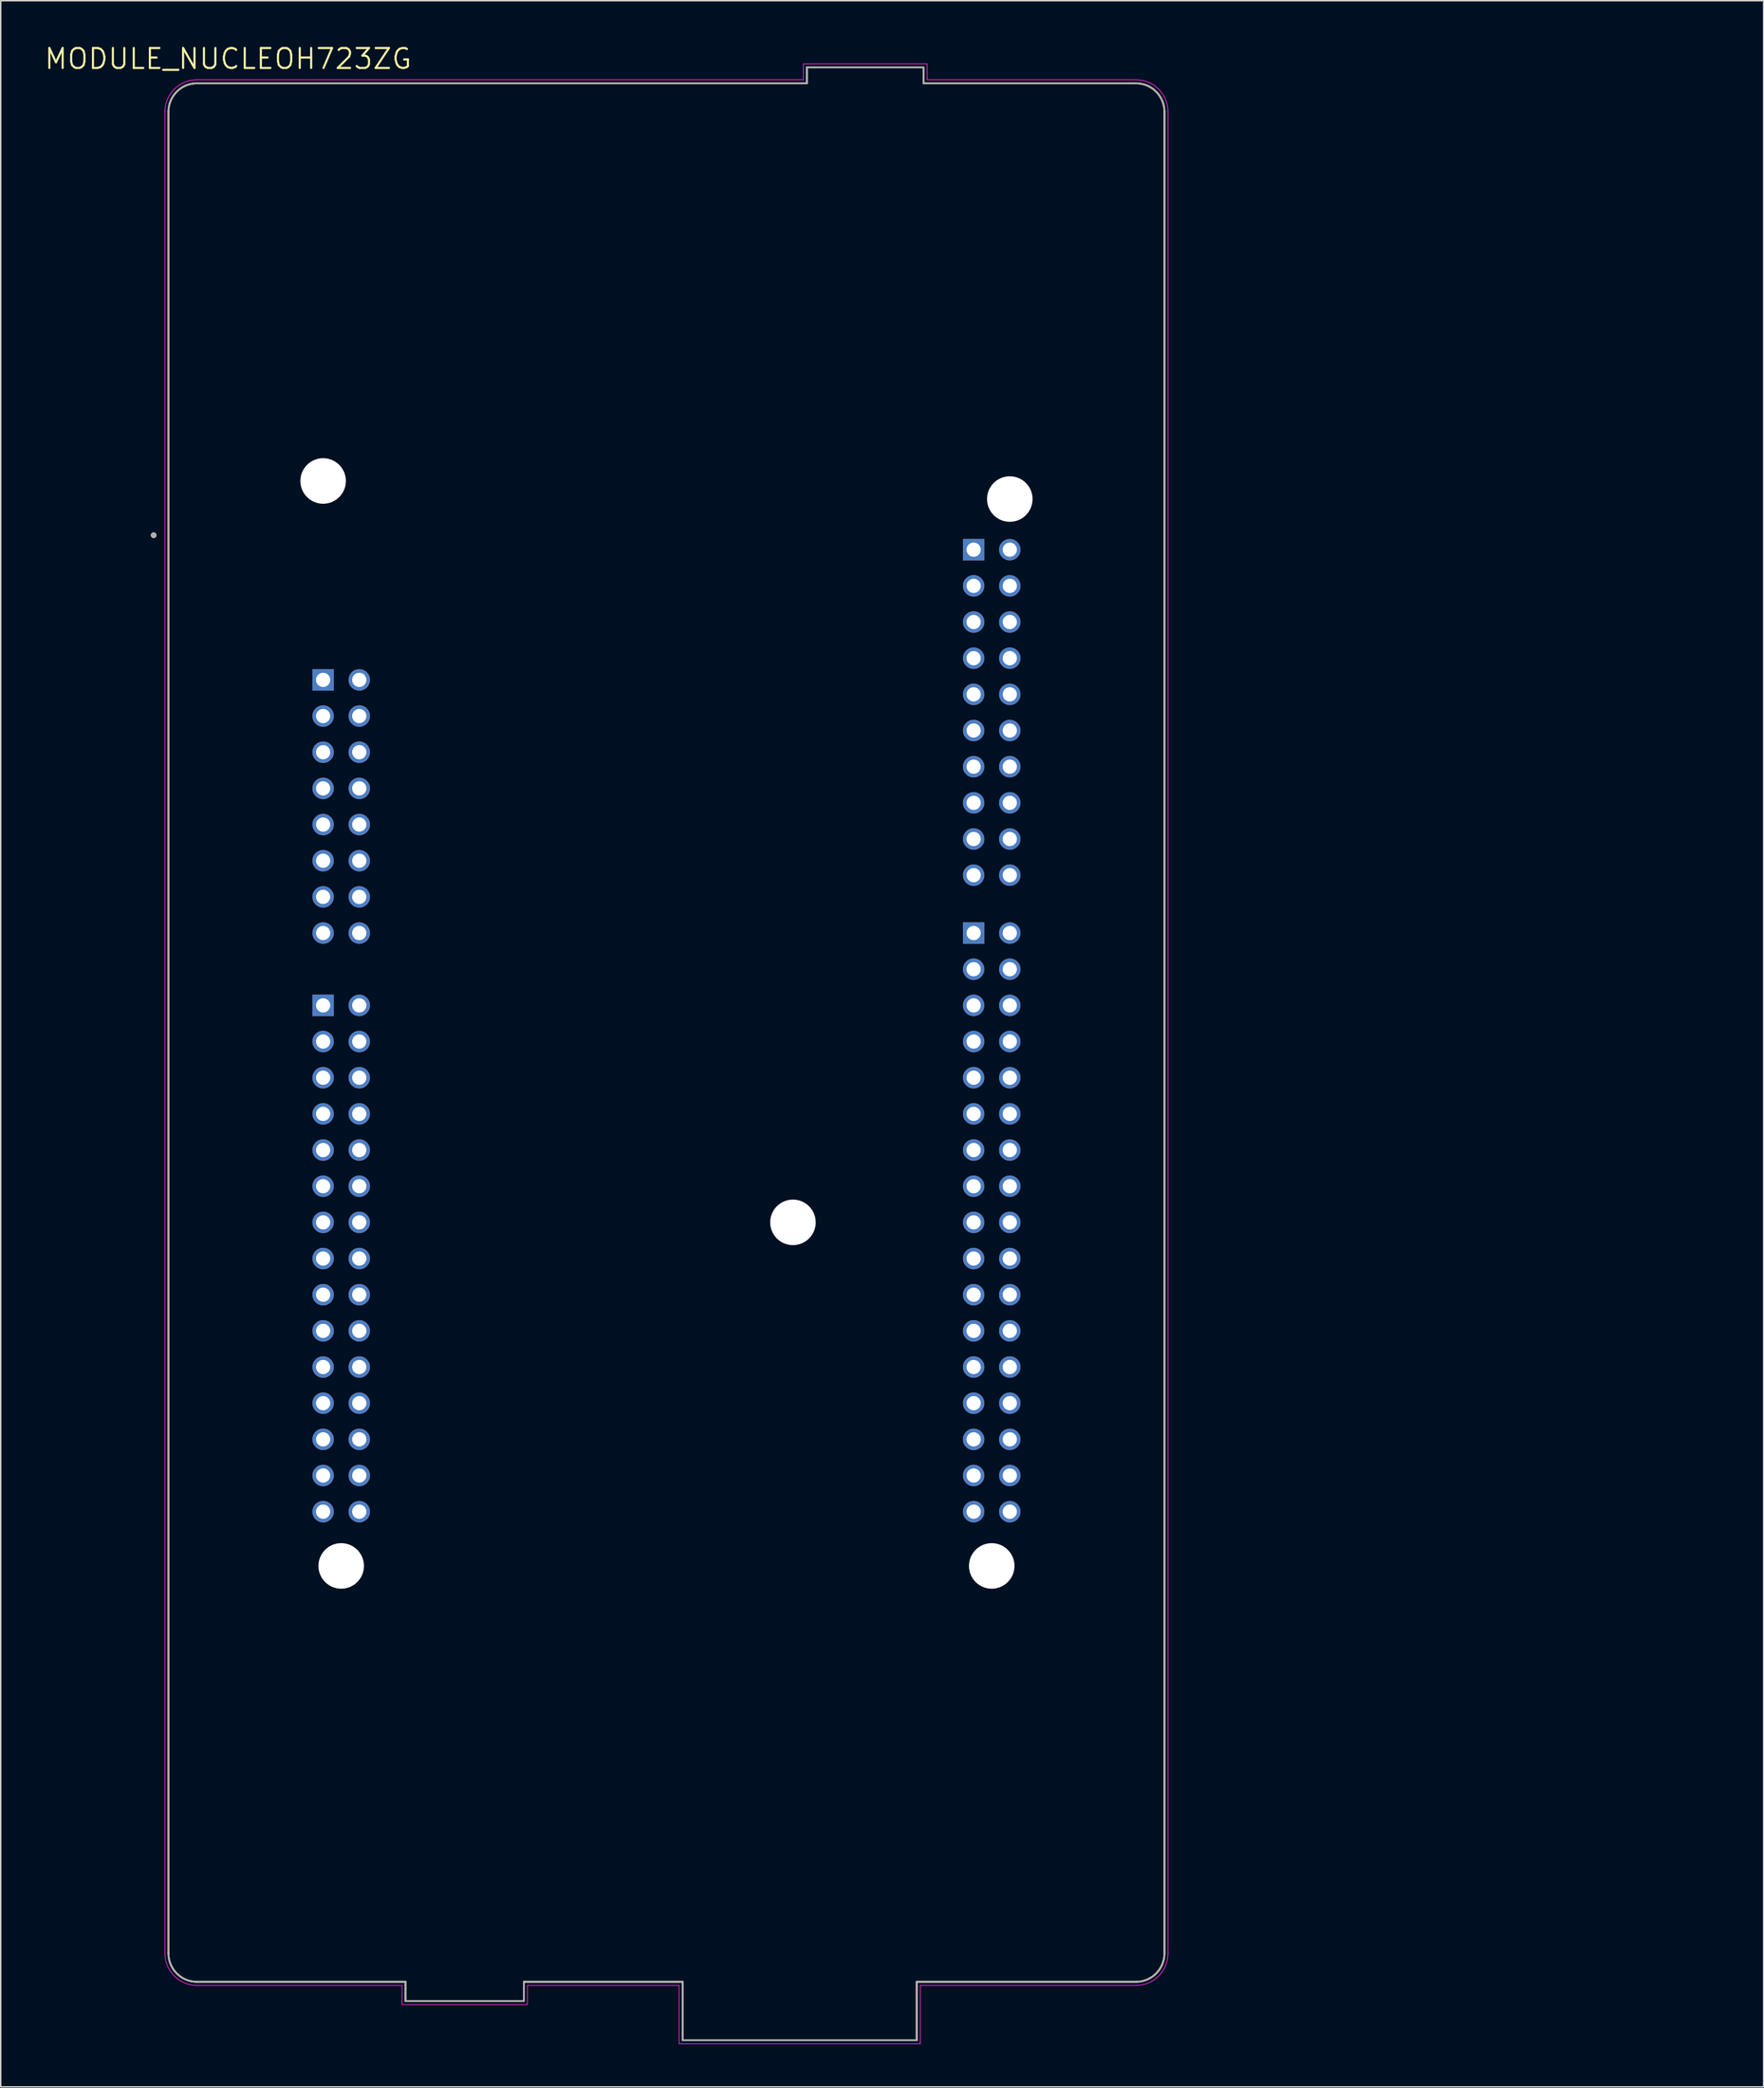
<source format=kicad_pcb>
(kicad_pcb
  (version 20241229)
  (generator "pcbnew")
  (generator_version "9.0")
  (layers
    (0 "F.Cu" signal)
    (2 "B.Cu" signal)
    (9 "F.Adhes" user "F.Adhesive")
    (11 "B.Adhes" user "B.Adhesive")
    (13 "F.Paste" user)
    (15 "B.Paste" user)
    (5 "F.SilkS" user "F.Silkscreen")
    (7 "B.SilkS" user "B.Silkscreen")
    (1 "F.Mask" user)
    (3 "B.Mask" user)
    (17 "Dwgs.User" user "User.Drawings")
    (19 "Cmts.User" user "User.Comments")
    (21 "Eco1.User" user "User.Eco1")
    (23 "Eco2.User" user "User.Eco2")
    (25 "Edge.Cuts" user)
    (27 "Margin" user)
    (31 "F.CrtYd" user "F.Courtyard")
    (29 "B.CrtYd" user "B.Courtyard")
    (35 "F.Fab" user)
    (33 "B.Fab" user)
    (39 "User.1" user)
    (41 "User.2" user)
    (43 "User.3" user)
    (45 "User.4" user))
  (footprint "MODULE_NUCLEOH723ZG"
    (layer "F.Cu")
    (at 43.79 69.471)
    (property "Reference" "MODULE_NUCLEOH723ZG" (at -30.805 -68.389 0) (layer "F.SilkS") (effects (font (size 1.4 1.4) (thickness 0.15))))
    (attr through_hole)
    (fp_line (start -35 -64.67) (end -35 64.67) (stroke (width 0.127) (type solid)) (layer "F.SilkS"))
    (fp_line (start -33 66.67) (end -18.34 66.67) (stroke (width 0.127) (type solid)) (layer "F.SilkS"))
    (fp_line (start -18.34 66.67) (end -18.34 68.02) (stroke (width 0.127) (type solid)) (layer "F.SilkS"))
    (fp_line (start -18.34 68.02) (end -10.02 68.02) (stroke (width 0.127) (type solid)) (layer "F.SilkS"))
    (fp_line (start -10.02 66.67) (end 1.14 66.67) (stroke (width 0.127) (type solid)) (layer "F.SilkS"))
    (fp_line (start -10.02 68.02) (end -10.02 66.67) (stroke (width 0.127) (type solid)) (layer "F.SilkS"))
    (fp_line (start 1.14 66.67) (end 1.14 70.77) (stroke (width 0.127) (type solid)) (layer "F.SilkS"))
    (fp_line (start 1.14 70.77) (end 17.59 70.77) (stroke (width 0.127) (type solid)) (layer "F.SilkS"))
    (fp_line (start 9.87 -67.79) (end 9.87 -66.67) (stroke (width 0.127) (type solid)) (layer "F.SilkS"))
    (fp_line (start 9.87 -66.67) (end -33 -66.67) (stroke (width 0.127) (type solid)) (layer "F.SilkS"))
    (fp_line (start 17.59 66.67) (end 33 66.67) (stroke (width 0.127) (type solid)) (layer "F.SilkS"))
    (fp_line (start 17.59 70.77) (end 17.59 66.67) (stroke (width 0.127) (type solid)) (layer "F.SilkS"))
    (fp_line (start 18.07 -67.79) (end 9.87 -67.79) (stroke (width 0.127) (type solid)) (layer "F.SilkS"))
    (fp_line (start 18.07 -66.67) (end 18.07 -67.79) (stroke (width 0.127) (type solid)) (layer "F.SilkS"))
    (fp_line (start 33 -66.67) (end 18.07 -66.67) (stroke (width 0.127) (type solid)) (layer "F.SilkS"))
    (fp_line (start 35 64.67) (end 35 -64.67) (stroke (width 0.127) (type solid)) (layer "F.SilkS"))
    (fp_arc (start -35 -64.67) (mid -34.414214 -66.084214) (end -33 -66.67) (stroke (width 0.127) (type solid)) (layer "F.SilkS"))
    (fp_arc (start -33 66.67) (mid -34.414214 66.084214) (end -35 64.67) (stroke (width 0.127) (type solid)) (layer "F.SilkS"))
    (fp_arc (start 33 -66.67) (mid 34.414214 -66.084214) (end 35 -64.67) (stroke (width 0.127) (type solid)) (layer "F.SilkS"))
    (fp_arc (start 35 64.67) (mid 34.414214 66.084214) (end 33 66.67) (stroke (width 0.127) (type solid)) (layer "F.SilkS"))
    (fp_circle (center -36.04 -34.93) (end -35.94 -34.93) (stroke (width 0.2) (type solid)) (fill no) (layer "F.SilkS"))
    (fp_line (start -35.25 -64.67) (end -35.25 64.67) (stroke (width 0.05) (type solid)) (layer "F.CrtYd"))
    (fp_line (start -33 66.92) (end -18.59 66.92) (stroke (width 0.05) (type solid)) (layer "F.CrtYd"))
    (fp_line (start -18.59 66.92) (end -18.59 68.27) (stroke (width 0.05) (type solid)) (layer "F.CrtYd"))
    (fp_line (start -18.59 68.27) (end -9.77 68.27) (stroke (width 0.05) (type solid)) (layer "F.CrtYd"))
    (fp_line (start -9.77 66.92) (end 0.89 66.92) (stroke (width 0.05) (type solid)) (layer "F.CrtYd"))
    (fp_line (start -9.77 68.27) (end -9.77 66.92) (stroke (width 0.05) (type solid)) (layer "F.CrtYd"))
    (fp_line (start 0.89 66.92) (end 0.89 71.02) (stroke (width 0.05) (type solid)) (layer "F.CrtYd"))
    (fp_line (start 0.89 71.02) (end 17.84 71.02) (stroke (width 0.05) (type solid)) (layer "F.CrtYd"))
    (fp_line (start 9.62 -68.04) (end 9.62 -66.92) (stroke (width 0.05) (type solid)) (layer "F.CrtYd"))
    (fp_line (start 9.62 -66.92) (end -33 -66.92) (stroke (width 0.05) (type solid)) (layer "F.CrtYd"))
    (fp_line (start 17.84 66.92) (end 33 66.92) (stroke (width 0.05) (type solid)) (layer "F.CrtYd"))
    (fp_line (start 17.84 71.02) (end 17.84 66.92) (stroke (width 0.05) (type solid)) (layer "F.CrtYd"))
    (fp_line (start 18.32 -68.04) (end 9.62 -68.04) (stroke (width 0.05) (type solid)) (layer "F.CrtYd"))
    (fp_line (start 18.32 -66.92) (end 18.32 -68.04) (stroke (width 0.05) (type solid)) (layer "F.CrtYd"))
    (fp_line (start 33 -66.92) (end 18.32 -66.92) (stroke (width 0.05) (type solid)) (layer "F.CrtYd"))
    (fp_line (start 35.25 64.67) (end 35.25 -64.67) (stroke (width 0.05) (type solid)) (layer "F.CrtYd"))
    (fp_arc (start -35.25 -64.67) (mid -34.59099 -66.26099) (end -33 -66.92) (stroke (width 0.05) (type solid)) (layer "F.CrtYd"))
    (fp_arc (start -33 66.92) (mid -34.59099 66.26099) (end -35.25 64.67) (stroke (width 0.05) (type solid)) (layer "F.CrtYd"))
    (fp_arc (start 33 -66.92) (mid 34.59099 -66.26099) (end 35.25 -64.67) (stroke (width 0.05) (type solid)) (layer "F.CrtYd"))
    (fp_arc (start 35.25 64.67) (mid 34.59099 66.26099) (end 33 66.92) (stroke (width 0.05) (type solid)) (layer "F.CrtYd"))
    (fp_line (start -35 -64.67) (end -35 64.67) (stroke (width 0.127) (type solid)) (layer "F.Fab"))
    (fp_line (start -33 66.67) (end -18.34 66.67) (stroke (width 0.127) (type solid)) (layer "F.Fab"))
    (fp_line (start -18.34 66.67) (end -18.34 68.02) (stroke (width 0.127) (type solid)) (layer "F.Fab"))
    (fp_line (start -18.34 68.02) (end -10.02 68.02) (stroke (width 0.127) (type solid)) (layer "F.Fab"))
    (fp_line (start -10.02 66.67) (end 1.14 66.67) (stroke (width 0.127) (type solid)) (layer "F.Fab"))
    (fp_line (start -10.02 68.02) (end -10.02 66.67) (stroke (width 0.127) (type solid)) (layer "F.Fab"))
    (fp_line (start 1.14 66.67) (end 1.14 70.77) (stroke (width 0.127) (type solid)) (layer "F.Fab"))
    (fp_line (start 1.14 70.77) (end 17.59 70.77) (stroke (width 0.127) (type solid)) (layer "F.Fab"))
    (fp_line (start 9.87 -67.79) (end 9.87 -66.67) (stroke (width 0.127) (type solid)) (layer "F.Fab"))
    (fp_line (start 9.87 -66.67) (end -33 -66.67) (stroke (width 0.127) (type solid)) (layer "F.Fab"))
    (fp_line (start 17.59 66.67) (end 33 66.67) (stroke (width 0.127) (type solid)) (layer "F.Fab"))
    (fp_line (start 17.59 70.77) (end 17.59 66.67) (stroke (width 0.127) (type solid)) (layer "F.Fab"))
    (fp_line (start 18.07 -67.79) (end 9.87 -67.79) (stroke (width 0.127) (type solid)) (layer "F.Fab"))
    (fp_line (start 18.07 -66.67) (end 18.07 -67.79) (stroke (width 0.127) (type solid)) (layer "F.Fab"))
    (fp_line (start 33 -66.67) (end 18.07 -66.67) (stroke (width 0.127) (type solid)) (layer "F.Fab"))
    (fp_line (start 35 64.67) (end 35 -64.67) (stroke (width 0.127) (type solid)) (layer "F.Fab"))
    (fp_arc (start -35 -64.67) (mid -34.414214 -66.084214) (end -33 -66.67) (stroke (width 0.127) (type solid)) (layer "F.Fab"))
    (fp_arc (start -33 66.67) (mid -34.414214 66.084214) (end -35 64.67) (stroke (width 0.127) (type solid)) (layer "F.Fab"))
    (fp_arc (start 33 -66.67) (mid 34.414214 -66.084214) (end 35 -64.67) (stroke (width 0.127) (type solid)) (layer "F.Fab"))
    (fp_arc (start 35 64.67) (mid 34.414214 66.084214) (end 33 66.67) (stroke (width 0.127) (type solid)) (layer "F.Fab"))
    (fp_circle (center -36.04 -34.93) (end -35.94 -34.93) (stroke (width 0.2) (type solid)) (fill no) (layer "F.Fab"))
    (fp_text user "" (at 73.66 -38.1 0) (unlocked yes) (layer "F.SilkS") (effects (font (size 1 1) (thickness 0.15)) (justify left bottom)))
    (pad "" np_thru_hole circle (at -24.13 -38.74) (size 3.2 3.2) (drill 3.2) (layers "*.Cu" "*.Mask"))
    (pad "" np_thru_hole circle (at -22.86 37.46) (size 3.2 3.2) (drill 3.2) (layers "*.Cu" "*.Mask"))
    (pad "" np_thru_hole circle (at 8.89 13.33) (size 3.2 3.2) (drill 3.2) (layers "*.Cu" "*.Mask"))
    (pad "" np_thru_hole circle (at 22.86 37.46) (size 3.2 3.2) (drill 3.2) (layers "*.Cu" "*.Mask"))
    (pad "" np_thru_hole circle (at 24.13 -37.47) (size 3.2 3.2) (drill 3.2) (layers "*.Cu" "*.Mask"))
    (pad "CN7_1" thru_hole rect (at 21.59 -33.914) (size 1.508 1.508) (drill 1) (layers "*.Cu" "*.Mask"))
    (pad "CN7_2" thru_hole circle (at 24.13 -33.914) (size 1.508 1.508) (drill 1) (layers "*.Cu" "*.Mask"))
    (pad "CN7_3" thru_hole circle (at 21.59 -31.374) (size 1.508 1.508) (drill 1) (layers "*.Cu" "*.Mask"))
    (pad "CN7_4" thru_hole circle (at 24.13 -31.374) (size 1.508 1.508) (drill 1) (layers "*.Cu" "*.Mask"))
    (pad "CN7_5" thru_hole circle (at 21.59 -28.834) (size 1.508 1.508) (drill 1) (layers "*.Cu" "*.Mask"))
    (pad "CN7_6" thru_hole circle (at 24.13 -28.834) (size 1.508 1.508) (drill 1) (layers "*.Cu" "*.Mask"))
    (pad "CN7_7" thru_hole circle (at 21.59 -26.294) (size 1.508 1.508) (drill 1) (layers "*.Cu" "*.Mask"))
    (pad "CN7_8" thru_hole circle (at 24.13 -26.294) (size 1.508 1.508) (drill 1) (layers "*.Cu" "*.Mask"))
    (pad "CN7_9" thru_hole circle (at 21.59 -23.754) (size 1.508 1.508) (drill 1) (layers "*.Cu" "*.Mask"))
    (pad "CN7_10" thru_hole circle (at 24.13 -23.754) (size 1.508 1.508) (drill 1) (layers "*.Cu" "*.Mask"))
    (pad "CN7_11" thru_hole circle (at 21.59 -21.214) (size 1.508 1.508) (drill 1) (layers "*.Cu" "*.Mask"))
    (pad "CN7_12" thru_hole circle (at 24.13 -21.214) (size 1.508 1.508) (drill 1) (layers "*.Cu" "*.Mask"))
    (pad "CN7_13" thru_hole circle (at 21.59 -18.674) (size 1.508 1.508) (drill 1) (layers "*.Cu" "*.Mask"))
    (pad "CN7_14" thru_hole circle (at 24.13 -18.674) (size 1.508 1.508) (drill 1) (layers "*.Cu" "*.Mask"))
    (pad "CN7_15" thru_hole circle (at 21.59 -16.134) (size 1.508 1.508) (drill 1) (layers "*.Cu" "*.Mask"))
    (pad "CN7_16" thru_hole circle (at 24.13 -16.134) (size 1.508 1.508) (drill 1) (layers "*.Cu" "*.Mask"))
    (pad "CN7_17" thru_hole circle (at 21.59 -13.594) (size 1.508 1.508) (drill 1) (layers "*.Cu" "*.Mask"))
    (pad "CN7_18" thru_hole circle (at 24.13 -13.594) (size 1.508 1.508) (drill 1) (layers "*.Cu" "*.Mask"))
    (pad "CN7_19" thru_hole circle (at 21.59 -11.054) (size 1.508 1.508) (drill 1) (layers "*.Cu" "*.Mask"))
    (pad "CN7_20" thru_hole circle (at 24.13 -11.054) (size 1.508 1.508) (drill 1) (layers "*.Cu" "*.Mask"))
    (pad "CN8_1" thru_hole rect (at -24.13 -24.77) (size 1.508 1.508) (drill 1) (layers "*.Cu" "*.Mask"))
    (pad "CN8_2" thru_hole circle (at -21.59 -24.77) (size 1.508 1.508) (drill 1) (layers "*.Cu" "*.Mask"))
    (pad "CN8_3" thru_hole circle (at -24.13 -22.23) (size 1.508 1.508) (drill 1) (layers "*.Cu" "*.Mask"))
    (pad "CN8_4" thru_hole circle (at -21.59 -22.23) (size 1.508 1.508) (drill 1) (layers "*.Cu" "*.Mask"))
    (pad "CN8_5" thru_hole circle (at -24.13 -19.69) (size 1.508 1.508) (drill 1) (layers "*.Cu" "*.Mask"))
    (pad "CN8_6" thru_hole circle (at -21.59 -19.69) (size 1.508 1.508) (drill 1) (layers "*.Cu" "*.Mask"))
    (pad "CN8_7" thru_hole circle (at -24.13 -17.15) (size 1.508 1.508) (drill 1) (layers "*.Cu" "*.Mask"))
    (pad "CN8_8" thru_hole circle (at -21.59 -17.15) (size 1.508 1.508) (drill 1) (layers "*.Cu" "*.Mask"))
    (pad "CN8_9" thru_hole circle (at -24.13 -14.61) (size 1.508 1.508) (drill 1) (layers "*.Cu" "*.Mask"))
    (pad "CN8_10" thru_hole circle (at -21.59 -14.61) (size 1.508 1.508) (drill 1) (layers "*.Cu" "*.Mask"))
    (pad "CN8_11" thru_hole circle (at -24.13 -12.07) (size 1.508 1.508) (drill 1) (layers "*.Cu" "*.Mask"))
    (pad "CN8_12" thru_hole circle (at -21.59 -12.07) (size 1.508 1.508) (drill 1) (layers "*.Cu" "*.Mask"))
    (pad "CN8_13" thru_hole circle (at -24.13 -9.53) (size 1.508 1.508) (drill 1) (layers "*.Cu" "*.Mask"))
    (pad "CN8_14" thru_hole circle (at -21.59 -9.53) (size 1.508 1.508) (drill 1) (layers "*.Cu" "*.Mask"))
    (pad "CN8_15" thru_hole circle (at -24.13 -6.99) (size 1.508 1.508) (drill 1) (layers "*.Cu" "*.Mask"))
    (pad "CN8_16" thru_hole circle (at -21.59 -6.99) (size 1.508 1.508) (drill 1) (layers "*.Cu" "*.Mask"))
    (pad "CN9_1" thru_hole rect (at -24.13 -1.91) (size 1.508 1.508) (drill 1) (layers "*.Cu" "*.Mask"))
    (pad "CN9_2" thru_hole circle (at -21.59 -1.91) (size 1.508 1.508) (drill 1) (layers "*.Cu" "*.Mask"))
    (pad "CN9_3" thru_hole circle (at -24.13 0.63) (size 1.508 1.508) (drill 1) (layers "*.Cu" "*.Mask"))
    (pad "CN9_4" thru_hole circle (at -21.59 0.63) (size 1.508 1.508) (drill 1) (layers "*.Cu" "*.Mask"))
    (pad "CN9_5" thru_hole circle (at -24.13 3.17) (size 1.508 1.508) (drill 1) (layers "*.Cu" "*.Mask"))
    (pad "CN9_6" thru_hole circle (at -21.59 3.17) (size 1.508 1.508) (drill 1) (layers "*.Cu" "*.Mask"))
    (pad "CN9_7" thru_hole circle (at -24.13 5.71) (size 1.508 1.508) (drill 1) (layers "*.Cu" "*.Mask"))
    (pad "CN9_8" thru_hole circle (at -21.59 5.71) (size 1.508 1.508) (drill 1) (layers "*.Cu" "*.Mask"))
    (pad "CN9_9" thru_hole circle (at -24.13 8.25) (size 1.508 1.508) (drill 1) (layers "*.Cu" "*.Mask"))
    (pad "CN9_10" thru_hole circle (at -21.59 8.25) (size 1.508 1.508) (drill 1) (layers "*.Cu" "*.Mask"))
    (pad "CN9_11" thru_hole circle (at -24.13 10.79) (size 1.508 1.508) (drill 1) (layers "*.Cu" "*.Mask"))
    (pad "CN9_12" thru_hole circle (at -21.59 10.79) (size 1.508 1.508) (drill 1) (layers "*.Cu" "*.Mask"))
    (pad "CN9_13" thru_hole circle (at -24.13 13.33) (size 1.508 1.508) (drill 1) (layers "*.Cu" "*.Mask"))
    (pad "CN9_14" thru_hole circle (at -21.59 13.33) (size 1.508 1.508) (drill 1) (layers "*.Cu" "*.Mask"))
    (pad "CN9_15" thru_hole circle (at -24.13 15.87) (size 1.508 1.508) (drill 1) (layers "*.Cu" "*.Mask"))
    (pad "CN9_16" thru_hole circle (at -21.59 15.87) (size 1.508 1.508) (drill 1) (layers "*.Cu" "*.Mask"))
    (pad "CN9_17" thru_hole circle (at -24.13 18.41) (size 1.508 1.508) (drill 1) (layers "*.Cu" "*.Mask"))
    (pad "CN9_18" thru_hole circle (at -21.59 18.41) (size 1.508 1.508) (drill 1) (layers "*.Cu" "*.Mask"))
    (pad "CN9_19" thru_hole circle (at -24.13 20.95) (size 1.508 1.508) (drill 1) (layers "*.Cu" "*.Mask"))
    (pad "CN9_20" thru_hole circle (at -21.59 20.95) (size 1.508 1.508) (drill 1) (layers "*.Cu" "*.Mask"))
    (pad "CN9_21" thru_hole circle (at -24.13 23.49) (size 1.508 1.508) (drill 1) (layers "*.Cu" "*.Mask"))
    (pad "CN9_22" thru_hole circle (at -21.59 23.49) (size 1.508 1.508) (drill 1) (layers "*.Cu" "*.Mask"))
    (pad "CN9_23" thru_hole circle (at -24.13 26.03) (size 1.508 1.508) (drill 1) (layers "*.Cu" "*.Mask"))
    (pad "CN9_24" thru_hole circle (at -21.59 26.03) (size 1.508 1.508) (drill 1) (layers "*.Cu" "*.Mask"))
    (pad "CN9_25" thru_hole circle (at -24.13 28.57) (size 1.508 1.508) (drill 1) (layers "*.Cu" "*.Mask"))
    (pad "CN9_26" thru_hole circle (at -21.59 28.57) (size 1.508 1.508) (drill 1) (layers "*.Cu" "*.Mask"))
    (pad "CN9_27" thru_hole circle (at -24.13 31.11) (size 1.508 1.508) (drill 1) (layers "*.Cu" "*.Mask"))
    (pad "CN9_28" thru_hole circle (at -21.59 31.11) (size 1.508 1.508) (drill 1) (layers "*.Cu" "*.Mask"))
    (pad "CN9_29" thru_hole circle (at -24.13 33.65) (size 1.508 1.508) (drill 1) (layers "*.Cu" "*.Mask"))
    (pad "CN9_30" thru_hole circle (at -21.59 33.65) (size 1.508 1.508) (drill 1) (layers "*.Cu" "*.Mask"))
    (pad "CN10_1" thru_hole rect (at 21.59 -6.99) (size 1.508 1.508) (drill 1) (layers "*.Cu" "*.Mask"))
    (pad "CN10_2" thru_hole circle (at 24.13 -6.99) (size 1.508 1.508) (drill 1) (layers "*.Cu" "*.Mask"))
    (pad "CN10_3" thru_hole circle (at 21.59 -4.45) (size 1.508 1.508) (drill 1) (layers "*.Cu" "*.Mask"))
    (pad "CN10_4" thru_hole circle (at 24.13 -4.45) (size 1.508 1.508) (drill 1) (layers "*.Cu" "*.Mask"))
    (pad "CN10_5" thru_hole circle (at 21.59 -1.91) (size 1.508 1.508) (drill 1) (layers "*.Cu" "*.Mask"))
    (pad "CN10_6" thru_hole circle (at 24.13 -1.91) (size 1.508 1.508) (drill 1) (layers "*.Cu" "*.Mask"))
    (pad "CN10_7" thru_hole circle (at 21.59 0.63) (size 1.508 1.508) (drill 1) (layers "*.Cu" "*.Mask"))
    (pad "CN10_8" thru_hole circle (at 24.13 0.63) (size 1.508 1.508) (drill 1) (layers "*.Cu" "*.Mask"))
    (pad "CN10_9" thru_hole circle (at 21.59 3.17) (size 1.508 1.508) (drill 1) (layers "*.Cu" "*.Mask"))
    (pad "CN10_10" thru_hole circle (at 24.13 3.17) (size 1.508 1.508) (drill 1) (layers "*.Cu" "*.Mask"))
    (pad "CN10_11" thru_hole circle (at 21.59 5.71) (size 1.508 1.508) (drill 1) (layers "*.Cu" "*.Mask"))
    (pad "CN10_12" thru_hole circle (at 24.13 5.71) (size 1.508 1.508) (drill 1) (layers "*.Cu" "*.Mask"))
    (pad "CN10_13" thru_hole circle (at 21.59 8.25) (size 1.508 1.508) (drill 1) (layers "*.Cu" "*.Mask"))
    (pad "CN10_14" thru_hole circle (at 24.13 8.25) (size 1.508 1.508) (drill 1) (layers "*.Cu" "*.Mask"))
    (pad "CN10_15" thru_hole circle (at 21.59 10.79) (size 1.508 1.508) (drill 1) (layers "*.Cu" "*.Mask"))
    (pad "CN10_16" thru_hole circle (at 24.13 10.79) (size 1.508 1.508) (drill 1) (layers "*.Cu" "*.Mask"))
    (pad "CN10_17" thru_hole circle (at 21.59 13.33) (size 1.508 1.508) (drill 1) (layers "*.Cu" "*.Mask"))
    (pad "CN10_18" thru_hole circle (at 24.13 13.33) (size 1.508 1.508) (drill 1) (layers "*.Cu" "*.Mask"))
    (pad "CN10_19" thru_hole circle (at 21.59 15.87) (size 1.508 1.508) (drill 1) (layers "*.Cu" "*.Mask"))
    (pad "CN10_20" thru_hole circle (at 24.13 15.87) (size 1.508 1.508) (drill 1) (layers "*.Cu" "*.Mask"))
    (pad "CN10_21" thru_hole circle (at 21.59 18.41) (size 1.508 1.508) (drill 1) (layers "*.Cu" "*.Mask"))
    (pad "CN10_22" thru_hole circle (at 24.13 18.41) (size 1.508 1.508) (drill 1) (layers "*.Cu" "*.Mask"))
    (pad "CN10_23" thru_hole circle (at 21.59 20.95) (size 1.508 1.508) (drill 1) (layers "*.Cu" "*.Mask"))
    (pad "CN10_24" thru_hole circle (at 24.13 20.95) (size 1.508 1.508) (drill 1) (layers "*.Cu" "*.Mask"))
    (pad "CN10_25" thru_hole circle (at 21.59 23.49) (size 1.508 1.508) (drill 1) (layers "*.Cu" "*.Mask"))
    (pad "CN10_26" thru_hole circle (at 24.13 23.49) (size 1.508 1.508) (drill 1) (layers "*.Cu" "*.Mask"))
    (pad "CN10_27" thru_hole circle (at 21.59 26.03) (size 1.508 1.508) (drill 1) (layers "*.Cu" "*.Mask"))
    (pad "CN10_28" thru_hole circle (at 24.13 26.03) (size 1.508 1.508) (drill 1) (layers "*.Cu" "*.Mask"))
    (pad "CN10_29" thru_hole circle (at 21.59 28.57) (size 1.508 1.508) (drill 1) (layers "*.Cu" "*.Mask"))
    (pad "CN10_30" thru_hole circle (at 24.13 28.57) (size 1.508 1.508) (drill 1) (layers "*.Cu" "*.Mask"))
    (pad "CN10_31" thru_hole circle (at 21.59 31.11) (size 1.508 1.508) (drill 1) (layers "*.Cu" "*.Mask"))
    (pad "CN10_32" thru_hole circle (at 24.13 31.11) (size 1.508 1.508) (drill 1) (layers "*.Cu" "*.Mask"))
    (pad "CN10_33" thru_hole circle (at 21.59 33.65) (size 1.508 1.508) (drill 1) (layers "*.Cu" "*.Mask"))
    (pad "CN10_34" thru_hole circle (at 24.13 33.65) (size 1.508 1.508) (drill 1) (layers "*.Cu" "*.Mask")))
  (gr_rect
    (start -3 -3)
    (end 120.9 143.516)
    (stroke (width 0.1) (type default))
    (fill no)
    (layer "Edge.Cuts")))
</source>
